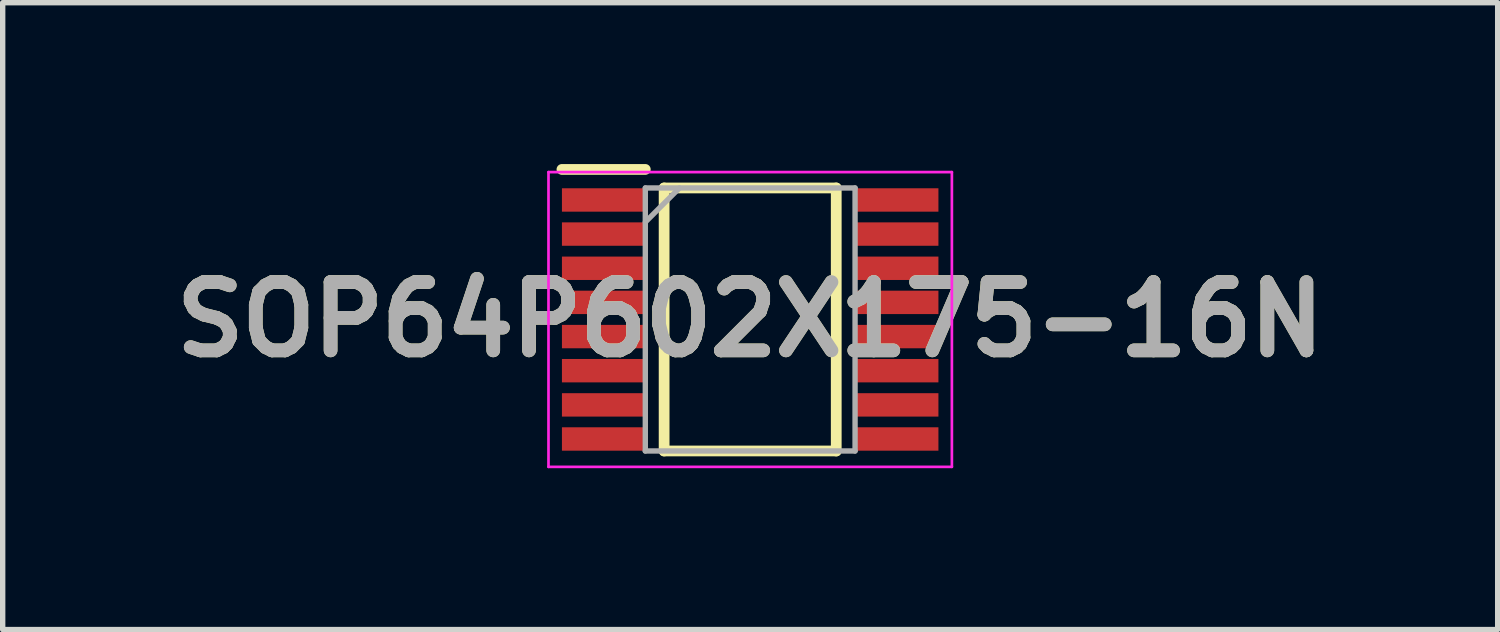
<source format=kicad_pcb>
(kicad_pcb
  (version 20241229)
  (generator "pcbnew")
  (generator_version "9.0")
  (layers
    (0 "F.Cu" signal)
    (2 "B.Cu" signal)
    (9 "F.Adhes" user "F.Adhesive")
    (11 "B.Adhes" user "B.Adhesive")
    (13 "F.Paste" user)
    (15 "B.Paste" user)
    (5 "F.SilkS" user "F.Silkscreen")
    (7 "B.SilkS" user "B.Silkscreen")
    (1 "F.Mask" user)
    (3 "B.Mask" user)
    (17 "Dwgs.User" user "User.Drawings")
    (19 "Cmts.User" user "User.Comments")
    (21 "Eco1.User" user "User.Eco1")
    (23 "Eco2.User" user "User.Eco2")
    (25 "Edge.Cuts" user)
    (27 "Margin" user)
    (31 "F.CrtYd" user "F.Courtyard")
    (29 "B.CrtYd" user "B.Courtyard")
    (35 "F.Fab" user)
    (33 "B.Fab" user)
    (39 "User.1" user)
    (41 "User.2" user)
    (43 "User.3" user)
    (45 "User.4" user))
  (footprint "SOP64P602X175-16N"
    (layer "F.Cu")
    (at 10.898 2.89)
    (property "Reference" "SOP64P602X175-16N" (at 0 0 0) (layer "F.SilkS") (effects (font (size 1.27 1.27) (thickness 0.254))))
    (attr smd)
    (fp_line (start -3.5 -2.79) (end -1.95 -2.79) (stroke (width 0.2) (type solid)) (layer "F.SilkS"))
    (fp_line (start -1.6 -2.445) (end 1.6 -2.445) (stroke (width 0.2) (type solid)) (layer "F.SilkS"))
    (fp_line (start -1.6 2.445) (end -1.6 -2.445) (stroke (width 0.2) (type solid)) (layer "F.SilkS"))
    (fp_line (start 1.6 -2.445) (end 1.6 2.445) (stroke (width 0.2) (type solid)) (layer "F.SilkS"))
    (fp_line (start 1.6 2.445) (end -1.6 2.445) (stroke (width 0.2) (type solid)) (layer "F.SilkS"))
    (fp_line (start -3.75 -2.74) (end 3.75 -2.74) (stroke (width 0.05) (type solid)) (layer "F.CrtYd"))
    (fp_line (start -3.75 2.74) (end -3.75 -2.74) (stroke (width 0.05) (type solid)) (layer "F.CrtYd"))
    (fp_line (start 3.75 -2.74) (end 3.75 2.74) (stroke (width 0.05) (type solid)) (layer "F.CrtYd"))
    (fp_line (start 3.75 2.74) (end -3.75 2.74) (stroke (width 0.05) (type solid)) (layer "F.CrtYd"))
    (fp_line (start -1.95 -2.445) (end 1.95 -2.445) (stroke (width 0.1) (type solid)) (layer "F.Fab"))
    (fp_line (start -1.95 -1.81) (end -1.315 -2.445) (stroke (width 0.1) (type solid)) (layer "F.Fab"))
    (fp_line (start -1.95 2.445) (end -1.95 -2.445) (stroke (width 0.1) (type solid)) (layer "F.Fab"))
    (fp_line (start 1.95 -2.445) (end 1.95 2.445) (stroke (width 0.1) (type solid)) (layer "F.Fab"))
    (fp_line (start 1.95 2.445) (end -1.95 2.445) (stroke (width 0.1) (type solid)) (layer "F.Fab"))
    (fp_text user "${REFERENCE}" (at 0 0 0) (layer "F.Fab") (effects (font (size 1.27 1.27) (thickness 0.254))))
    (pad "1" smd rect (at -2.725 -2.222 90) (size 0.435 1.55) (layers "F.Cu" "F.Mask" "F.Paste"))
    (pad "2" smd rect (at -2.725 -1.588 90) (size 0.435 1.55) (layers "F.Cu" "F.Mask" "F.Paste"))
    (pad "3" smd rect (at -2.725 -0.952 90) (size 0.435 1.55) (layers "F.Cu" "F.Mask" "F.Paste"))
    (pad "4" smd rect (at -2.725 -0.318 90) (size 0.435 1.55) (layers "F.Cu" "F.Mask" "F.Paste"))
    (pad "5" smd rect (at -2.725 0.318 90) (size 0.435 1.55) (layers "F.Cu" "F.Mask" "F.Paste"))
    (pad "6" smd rect (at -2.725 0.952 90) (size 0.435 1.55) (layers "F.Cu" "F.Mask" "F.Paste"))
    (pad "7" smd rect (at -2.725 1.588 90) (size 0.435 1.55) (layers "F.Cu" "F.Mask" "F.Paste"))
    (pad "8" smd rect (at -2.725 2.222 90) (size 0.435 1.55) (layers "F.Cu" "F.Mask" "F.Paste"))
    (pad "9" smd rect (at 2.725 2.222 90) (size 0.435 1.55) (layers "F.Cu" "F.Mask" "F.Paste"))
    (pad "10" smd rect (at 2.725 1.588 90) (size 0.435 1.55) (layers "F.Cu" "F.Mask" "F.Paste"))
    (pad "11" smd rect (at 2.725 0.952 90) (size 0.435 1.55) (layers "F.Cu" "F.Mask" "F.Paste"))
    (pad "12" smd rect (at 2.725 0.318 90) (size 0.435 1.55) (layers "F.Cu" "F.Mask" "F.Paste"))
    (pad "13" smd rect (at 2.725 -0.318 90) (size 0.435 1.55) (layers "F.Cu" "F.Mask" "F.Paste"))
    (pad "14" smd rect (at 2.725 -0.952 90) (size 0.435 1.55) (layers "F.Cu" "F.Mask" "F.Paste"))
    (pad "15" smd rect (at 2.725 -1.588 90) (size 0.435 1.55) (layers "F.Cu" "F.Mask" "F.Paste"))
    (pad "16" smd rect (at 2.725 -2.222 90) (size 0.435 1.55) (layers "F.Cu" "F.Mask" "F.Paste")))
  (gr_rect
    (start -3 -3)
    (end 24.796 8.655)
    (stroke (width 0.1) (type default))
    (fill no)
    (layer "Edge.Cuts")))
</source>
